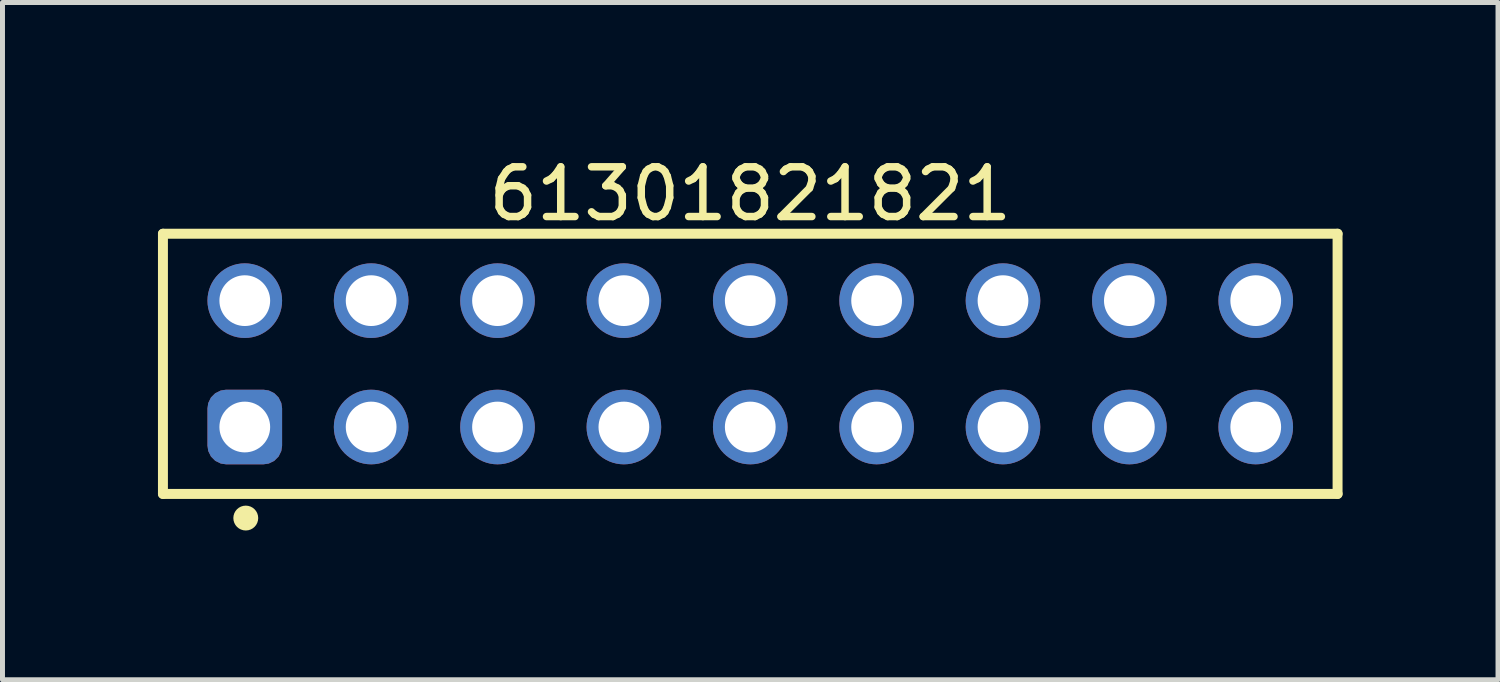
<source format=kicad_pcb>
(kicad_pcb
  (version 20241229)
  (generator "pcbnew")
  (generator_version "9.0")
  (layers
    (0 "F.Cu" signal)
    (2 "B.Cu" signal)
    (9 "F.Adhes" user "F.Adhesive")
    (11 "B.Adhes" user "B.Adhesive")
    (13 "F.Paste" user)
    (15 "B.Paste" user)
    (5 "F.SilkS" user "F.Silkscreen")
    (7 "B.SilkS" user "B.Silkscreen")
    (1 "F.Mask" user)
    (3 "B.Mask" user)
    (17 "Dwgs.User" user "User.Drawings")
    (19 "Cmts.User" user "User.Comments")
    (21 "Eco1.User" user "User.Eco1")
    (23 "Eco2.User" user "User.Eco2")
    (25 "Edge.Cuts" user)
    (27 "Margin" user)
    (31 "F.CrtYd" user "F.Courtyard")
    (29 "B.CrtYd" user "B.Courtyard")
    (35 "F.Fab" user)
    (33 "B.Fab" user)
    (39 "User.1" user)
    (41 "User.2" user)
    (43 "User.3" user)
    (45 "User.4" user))
  (footprint "61301821821"
    (layer "F.Cu")
    (at 12.03 4.263)
    (property "Reference" "61301821821" (at 0 -3.415 0) (layer "F.SilkS") (effects (font (size 1 1) (thickness 0.15))))
    (fp_line (start -11.805 -2.615) (end 11.805 -2.615) (stroke (width 0.2) (type solid)) (layer "F.SilkS"))
    (fp_line (start -11.805 2.615) (end -11.805 -2.615) (stroke (width 0.2) (type solid)) (layer "F.SilkS"))
    (fp_line (start -11.805 2.615) (end 11.805 2.615) (stroke (width 0.2) (type solid)) (layer "F.SilkS"))
    (fp_line (start 11.805 2.615) (end 11.805 -2.615) (stroke (width 0.2) (type solid)) (layer "F.SilkS"))
    (fp_circle (center -10.14 3.1) (end -10.14 2.975) (stroke (width 0.25) (type solid)) (fill no) (layer "F.SilkS"))
    (fp_line (start -12.005 -2.815) (end 12.005 -2.815) (stroke (width 0.05) (type solid)) (layer "Eco2.User"))
    (fp_line (start -12.005 2.815) (end -12.005 -2.815) (stroke (width 0.05) (type solid)) (layer "Eco2.User"))
    (fp_line (start -12.005 2.815) (end 12.005 2.815) (stroke (width 0.05) (type solid)) (layer "Eco2.User"))
    (fp_line (start -11.68 -2.54) (end 11.68 -2.54) (stroke (width 0.1) (type solid)) (layer "Eco2.User"))
    (fp_line (start -11.68 2.54) (end -11.68 -2.54) (stroke (width 0.1) (type solid)) (layer "Eco2.User"))
    (fp_line (start -11.68 2.54) (end 11.68 2.54) (stroke (width 0.1) (type solid)) (layer "Eco2.User"))
    (fp_line (start -0.5 0) (end 0.5 0) (stroke (width 0.05) (type solid)) (layer "Eco2.User"))
    (fp_line (start 0 0.5) (end 0 -0.5) (stroke (width 0.05) (type solid)) (layer "Eco2.User"))
    (fp_line (start 11.68 2.54) (end 11.68 -2.54) (stroke (width 0.1) (type solid)) (layer "Eco2.User"))
    (fp_line (start 12.005 2.815) (end 12.005 -2.815) (stroke (width 0.05) (type solid)) (layer "Eco2.User"))
    (fp_text user "${REFERENCE}" (at 0.15 -0.197 0) (unlocked yes) (layer "User.3") (effects (font (size 1.5 1.5) (thickness 0.15))))
    (pad "1" thru_hole roundrect (at -10.16 1.27) (size 1.5 1.5) (drill 1.02) (layers "*.Cu" "*.Mask") (roundrect_rratio 0.25))
    (pad "2" thru_hole circle (at -10.16 -1.27) (size 1.5 1.5) (drill 1.02) (layers "*.Cu" "*.Mask"))
    (pad "3" thru_hole circle (at -7.62 1.27) (size 1.5 1.5) (drill 1.02) (layers "*.Cu" "*.Mask"))
    (pad "4" thru_hole circle (at -7.62 -1.27) (size 1.5 1.5) (drill 1.02) (layers "*.Cu" "*.Mask"))
    (pad "5" thru_hole circle (at -5.08 1.27) (size 1.5 1.5) (drill 1.02) (layers "*.Cu" "*.Mask"))
    (pad "6" thru_hole circle (at -5.08 -1.27) (size 1.5 1.5) (drill 1.02) (layers "*.Cu" "*.Mask"))
    (pad "7" thru_hole circle (at -2.54 1.27) (size 1.5 1.5) (drill 1.02) (layers "*.Cu" "*.Mask"))
    (pad "8" thru_hole circle (at -2.54 -1.27) (size 1.5 1.5) (drill 1.02) (layers "*.Cu" "*.Mask"))
    (pad "9" thru_hole circle (at 0 1.27) (size 1.5 1.5) (drill 1.02) (layers "*.Cu" "*.Mask"))
    (pad "10" thru_hole circle (at 0 -1.27) (size 1.5 1.5) (drill 1.02) (layers "*.Cu" "*.Mask"))
    (pad "11" thru_hole circle (at 2.54 1.27) (size 1.5 1.5) (drill 1.02) (layers "*.Cu" "*.Mask"))
    (pad "12" thru_hole circle (at 2.54 -1.27) (size 1.5 1.5) (drill 1.02) (layers "*.Cu" "*.Mask"))
    (pad "13" thru_hole circle (at 5.08 1.27) (size 1.5 1.5) (drill 1.02) (layers "*.Cu" "*.Mask"))
    (pad "14" thru_hole circle (at 5.08 -1.27) (size 1.5 1.5) (drill 1.02) (layers "*.Cu" "*.Mask"))
    (pad "15" thru_hole circle (at 7.62 1.27) (size 1.5 1.5) (drill 1.02) (layers "*.Cu" "*.Mask"))
    (pad "16" thru_hole circle (at 7.62 -1.27) (size 1.5 1.5) (drill 1.02) (layers "*.Cu" "*.Mask"))
    (pad "17" thru_hole circle (at 10.16 1.27) (size 1.5 1.5) (drill 1.02) (layers "*.Cu" "*.Mask"))
    (pad "18" thru_hole circle (at 10.16 -1.27) (size 1.5 1.5) (drill 1.02) (layers "*.Cu" "*.Mask")))
  (gr_rect
    (start -3 -3)
    (end 27.06 10.613)
    (stroke (width 0.1) (type default))
    (fill no)
    (layer "Edge.Cuts")))
</source>
